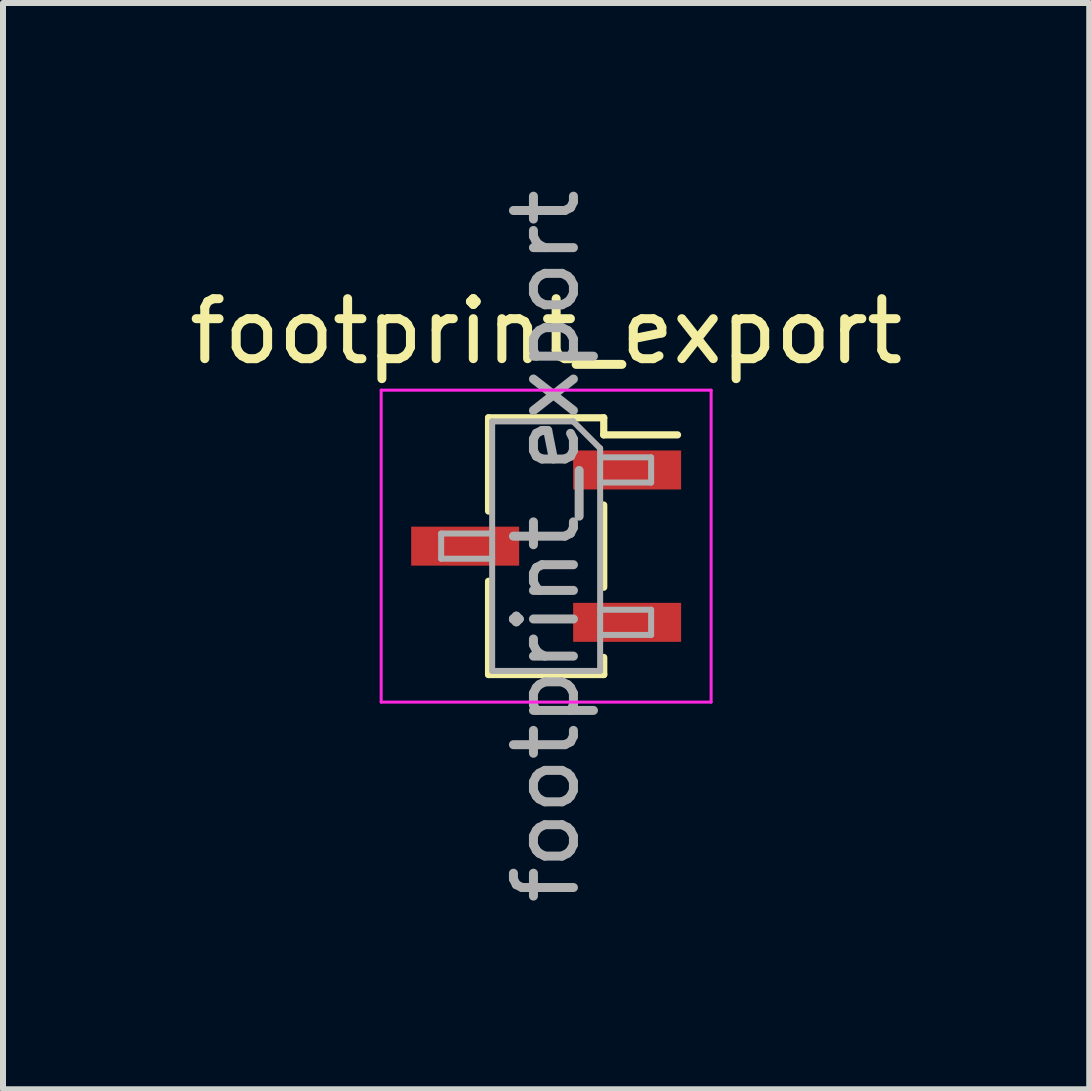
<source format=kicad_pcb>
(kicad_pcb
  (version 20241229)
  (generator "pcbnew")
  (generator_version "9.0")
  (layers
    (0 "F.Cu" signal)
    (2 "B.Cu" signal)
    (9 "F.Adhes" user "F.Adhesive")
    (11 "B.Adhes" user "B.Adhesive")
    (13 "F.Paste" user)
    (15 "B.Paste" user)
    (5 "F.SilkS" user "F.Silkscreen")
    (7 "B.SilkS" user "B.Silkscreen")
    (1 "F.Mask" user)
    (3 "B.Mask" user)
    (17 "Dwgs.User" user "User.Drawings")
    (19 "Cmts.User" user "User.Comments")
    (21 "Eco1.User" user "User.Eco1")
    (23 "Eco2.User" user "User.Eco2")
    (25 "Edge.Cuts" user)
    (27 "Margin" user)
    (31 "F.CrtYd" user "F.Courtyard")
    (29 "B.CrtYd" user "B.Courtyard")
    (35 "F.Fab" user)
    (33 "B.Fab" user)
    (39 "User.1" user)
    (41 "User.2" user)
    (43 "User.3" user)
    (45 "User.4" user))
  (footprint "footprint_export"
    (layer "F.Cu")
    (at 6.054 6.054)
    (property "Reference" "footprint_export" (at 0 -3.58 0) (layer "F.SilkS") (effects (font (size 1 1) (thickness 0.15))))
    (attr smd)
    (fp_line (start -0.96 -2.14) (end -0.96 -0.585) (stroke (width 0.12) (type solid)) (layer "F.SilkS"))
    (fp_line (start -0.96 -2.14) (end 0.96 -2.14) (stroke (width 0.12) (type solid)) (layer "F.SilkS"))
    (fp_line (start -0.96 0.585) (end -0.96 2.14) (stroke (width 0.12) (type solid)) (layer "F.SilkS"))
    (fp_line (start -0.96 2.14) (end 0.96 2.14) (stroke (width 0.12) (type solid)) (layer "F.SilkS"))
    (fp_line (start 0.96 -2.14) (end 0.96 -1.855) (stroke (width 0.12) (type solid)) (layer "F.SilkS"))
    (fp_line (start 0.96 -1.855) (end 2.19 -1.855) (stroke (width 0.12) (type solid)) (layer "F.SilkS"))
    (fp_line (start 0.96 -0.685) (end 0.96 0.685) (stroke (width 0.12) (type solid)) (layer "F.SilkS"))
    (fp_line (start 0.96 1.855) (end 0.96 2.14) (stroke (width 0.12) (type solid)) (layer "F.SilkS"))
    (fp_line (start -2.75 -2.6) (end 2.75 -2.6) (stroke (width 0.05) (type solid)) (layer "F.CrtYd"))
    (fp_line (start -2.75 2.6) (end -2.75 -2.6) (stroke (width 0.05) (type solid)) (layer "F.CrtYd"))
    (fp_line (start 2.75 -2.6) (end 2.75 2.6) (stroke (width 0.05) (type solid)) (layer "F.CrtYd"))
    (fp_line (start 2.75 2.6) (end -2.75 2.6) (stroke (width 0.05) (type solid)) (layer "F.CrtYd"))
    (fp_line (start -1.75 -0.21) (end -0.9 -0.21) (stroke (width 0.1) (type solid)) (layer "F.Fab"))
    (fp_line (start -1.75 0.21) (end -1.75 -0.21) (stroke (width 0.1) (type solid)) (layer "F.Fab"))
    (fp_line (start -0.9 -2.08) (end 0.45 -2.08) (stroke (width 0.1) (type solid)) (layer "F.Fab"))
    (fp_line (start -0.9 0.21) (end -1.75 0.21) (stroke (width 0.1) (type solid)) (layer "F.Fab"))
    (fp_line (start -0.9 2.08) (end -0.9 -2.08) (stroke (width 0.1) (type solid)) (layer "F.Fab"))
    (fp_line (start 0.45 -2.08) (end 0.9 -1.63) (stroke (width 0.1) (type solid)) (layer "F.Fab"))
    (fp_line (start 0.9 -1.63) (end 0.9 2.08) (stroke (width 0.1) (type solid)) (layer "F.Fab"))
    (fp_line (start 0.9 -1.48) (end 1.75 -1.48) (stroke (width 0.1) (type solid)) (layer "F.Fab"))
    (fp_line (start 0.9 1.06) (end 1.75 1.06) (stroke (width 0.1) (type solid)) (layer "F.Fab"))
    (fp_line (start 0.9 2.08) (end -0.9 2.08) (stroke (width 0.1) (type solid)) (layer "F.Fab"))
    (fp_line (start 1.75 -1.48) (end 1.75 -1.06) (stroke (width 0.1) (type solid)) (layer "F.Fab"))
    (fp_line (start 1.75 -1.06) (end 0.9 -1.06) (stroke (width 0.1) (type solid)) (layer "F.Fab"))
    (fp_line (start 1.75 1.06) (end 1.75 1.48) (stroke (width 0.1) (type solid)) (layer "F.Fab"))
    (fp_line (start 1.75 1.48) (end 0.9 1.48) (stroke (width 0.1) (type solid)) (layer "F.Fab"))
    (fp_text user "${REFERENCE}" (at 0 0 90) (layer "F.Fab") (effects (font (size 1 1) (thickness 0.15))))
    (pad "1" smd rect (at 1.35 -1.27) (size 1.8 0.65) (layers "F.Cu" "F.Mask" "F.Paste"))
    (pad "2" smd rect (at -1.35 0) (size 1.8 0.65) (layers "F.Cu" "F.Mask" "F.Paste"))
    (pad "3" smd rect (at 1.35 1.27) (size 1.8 0.65) (layers "F.Cu" "F.Mask" "F.Paste")))
  (gr_rect
    (start -3 -3)
    (end 15.107 15.107)
    (stroke (width 0.1) (type default))
    (fill no)
    (layer "Edge.Cuts")))
</source>
